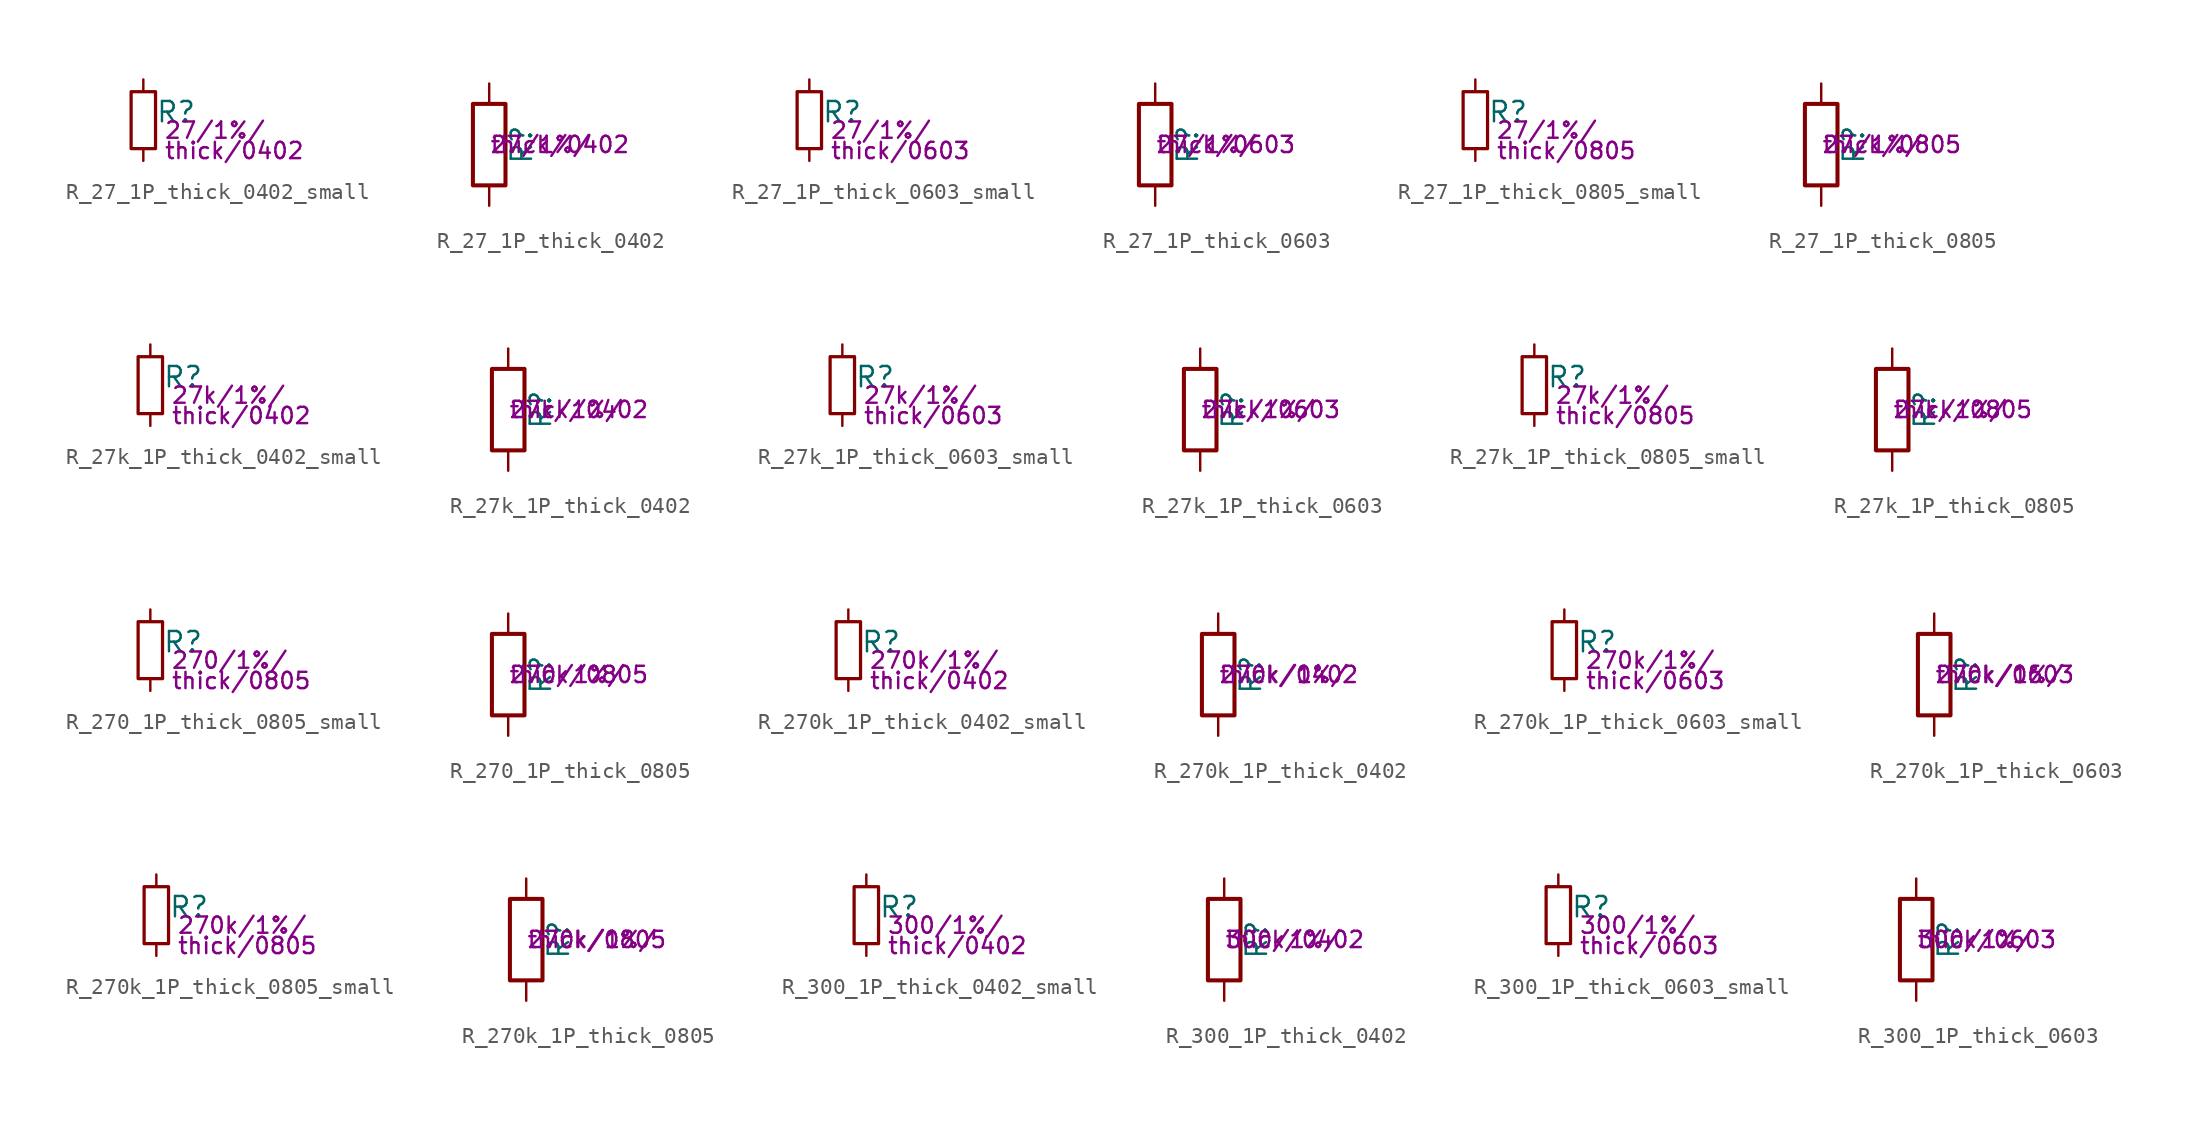
<source format=kicad_sym>
(kicad_symbol_lib
  (version 20211014)
  (generator kicad_symbol_editor)
  (symbol "R_27_1P_thick_0402_small"
    (pin_numbers hide)
    (pin_names
      (offset 0.254) hide)
    (property "Reference" "R"
      (at 0.762 0.508 0)
      (effects (font (size 1.27 1.27)) (justify left)))
    (property "Params" "27/1%/"
      (at 1.27 -0.635 0)
      (effects (font (size 1.016 1.016)) (justify left)))
    (property "Params2" "thick/0402"
      (at 1.27 -1.905 0)
      (effects (font (size 1.016 1.016)) (justify left)))
    (symbol "R_27_1P_thick_0402_small_0_1"
      (rectangle (start -0.762 1.778) (end 0.762 -1.778) (stroke (width 0.203) (type default) (color 0 0 0 0)) (fill (type none))))
    (symbol "R_27_1P_thick_0402_small_1_1"
      (pin passive line (at 0 2.54 270) (length 0.762) (name "~" (effects (font (size 1.27 1.27)))) (number "1" (effects (font (size 1.27 1.27)))))
      (pin passive line (at 0 -2.54 90) (length 0.762) (name "~" (effects (font (size 1.27 1.27)))) (number "2" (effects (font (size 1.27 1.27)))))))
  (symbol "R_27_1P_thick_0402"
    (pin_numbers hide)
    (pin_names
      (offset 0))
    (property "Reference" "R"
      (at 2.032 0 90)
      (effects (font (size 1.27 1.27))))
    (property "Params" "27/1%/"
      (at 0 0 0)
      (effects (font (size 1.016 1.016)) (justify left)))
    (property "Params2" "thick/0402"
      (at 0 0 0)
      (effects (font (size 1.016 1.016)) (justify left)))
    (symbol "R_27_1P_thick_0402_0_1"
      (rectangle (start -1.016 -2.54) (end 1.016 2.54) (stroke (width 0.254) (type default) (color 0 0 0 0)) (fill (type none))))
    (symbol "R_27_1P_thick_0402_1_1"
      (pin passive line (at 0 3.81 270) (length 1.27) (name "~" (effects (font (size 1.27 1.27)))) (number "1" (effects (font (size 1.27 1.27)))))
      (pin passive line (at 0 -3.81 90) (length 1.27) (name "~" (effects (font (size 1.27 1.27)))) (number "2" (effects (font (size 1.27 1.27)))))))
  (symbol "R_27_1P_thick_0603_small"
    (pin_numbers hide)
    (pin_names
      (offset 0.254) hide)
    (property "Reference" "R"
      (at 0.762 0.508 0)
      (effects (font (size 1.27 1.27)) (justify left)))
    (property "Params" "27/1%/"
      (at 1.27 -0.635 0)
      (effects (font (size 1.016 1.016)) (justify left)))
    (property "Params2" "thick/0603"
      (at 1.27 -1.905 0)
      (effects (font (size 1.016 1.016)) (justify left)))
    (symbol "R_27_1P_thick_0603_small_0_1"
      (rectangle (start -0.762 1.778) (end 0.762 -1.778) (stroke (width 0.203) (type default) (color 0 0 0 0)) (fill (type none))))
    (symbol "R_27_1P_thick_0603_small_1_1"
      (pin passive line (at 0 2.54 270) (length 0.762) (name "~" (effects (font (size 1.27 1.27)))) (number "1" (effects (font (size 1.27 1.27)))))
      (pin passive line (at 0 -2.54 90) (length 0.762) (name "~" (effects (font (size 1.27 1.27)))) (number "2" (effects (font (size 1.27 1.27)))))))
  (symbol "R_27_1P_thick_0603"
    (pin_numbers hide)
    (pin_names
      (offset 0))
    (property "Reference" "R"
      (at 2.032 0 90)
      (effects (font (size 1.27 1.27))))
    (property "Params" "27/1%/"
      (at 0 0 0)
      (effects (font (size 1.016 1.016)) (justify left)))
    (property "Params2" "thick/0603"
      (at 0 0 0)
      (effects (font (size 1.016 1.016)) (justify left)))
    (symbol "R_27_1P_thick_0603_0_1"
      (rectangle (start -1.016 -2.54) (end 1.016 2.54) (stroke (width 0.254) (type default) (color 0 0 0 0)) (fill (type none))))
    (symbol "R_27_1P_thick_0603_1_1"
      (pin passive line (at 0 3.81 270) (length 1.27) (name "~" (effects (font (size 1.27 1.27)))) (number "1" (effects (font (size 1.27 1.27)))))
      (pin passive line (at 0 -3.81 90) (length 1.27) (name "~" (effects (font (size 1.27 1.27)))) (number "2" (effects (font (size 1.27 1.27)))))))
  (symbol "R_27_1P_thick_0805_small"
    (pin_numbers hide)
    (pin_names
      (offset 0.254) hide)
    (property "Reference" "R"
      (at 0.762 0.508 0)
      (effects (font (size 1.27 1.27)) (justify left)))
    (property "Params" "27/1%/"
      (at 1.27 -0.635 0)
      (effects (font (size 1.016 1.016)) (justify left)))
    (property "Params2" "thick/0805"
      (at 1.27 -1.905 0)
      (effects (font (size 1.016 1.016)) (justify left)))
    (symbol "R_27_1P_thick_0805_small_0_1"
      (rectangle (start -0.762 1.778) (end 0.762 -1.778) (stroke (width 0.203) (type default) (color 0 0 0 0)) (fill (type none))))
    (symbol "R_27_1P_thick_0805_small_1_1"
      (pin passive line (at 0 2.54 270) (length 0.762) (name "~" (effects (font (size 1.27 1.27)))) (number "1" (effects (font (size 1.27 1.27)))))
      (pin passive line (at 0 -2.54 90) (length 0.762) (name "~" (effects (font (size 1.27 1.27)))) (number "2" (effects (font (size 1.27 1.27)))))))
  (symbol "R_27_1P_thick_0805"
    (pin_numbers hide)
    (pin_names
      (offset 0))
    (property "Reference" "R"
      (at 2.032 0 90)
      (effects (font (size 1.27 1.27))))
    (property "Params" "27/1%/"
      (at 0 0 0)
      (effects (font (size 1.016 1.016)) (justify left)))
    (property "Params2" "thick/0805"
      (at 0 0 0)
      (effects (font (size 1.016 1.016)) (justify left)))
    (symbol "R_27_1P_thick_0805_0_1"
      (rectangle (start -1.016 -2.54) (end 1.016 2.54) (stroke (width 0.254) (type default) (color 0 0 0 0)) (fill (type none))))
    (symbol "R_27_1P_thick_0805_1_1"
      (pin passive line (at 0 3.81 270) (length 1.27) (name "~" (effects (font (size 1.27 1.27)))) (number "1" (effects (font (size 1.27 1.27)))))
      (pin passive line (at 0 -3.81 90) (length 1.27) (name "~" (effects (font (size 1.27 1.27)))) (number "2" (effects (font (size 1.27 1.27)))))))
  (symbol "R_27k_1P_thick_0402_small"
    (pin_numbers hide)
    (pin_names
      (offset 0.254) hide)
    (property "Reference" "R"
      (at 0.762 0.508 0)
      (effects (font (size 1.27 1.27)) (justify left)))
    (property "Params" "27k/1%/"
      (at 1.27 -0.635 0)
      (effects (font (size 1.016 1.016)) (justify left)))
    (property "Params2" "thick/0402"
      (at 1.27 -1.905 0)
      (effects (font (size 1.016 1.016)) (justify left)))
    (symbol "R_27k_1P_thick_0402_small_0_1"
      (rectangle (start -0.762 1.778) (end 0.762 -1.778) (stroke (width 0.203) (type default) (color 0 0 0 0)) (fill (type none))))
    (symbol "R_27k_1P_thick_0402_small_1_1"
      (pin passive line (at 0 2.54 270) (length 0.762) (name "~" (effects (font (size 1.27 1.27)))) (number "1" (effects (font (size 1.27 1.27)))))
      (pin passive line (at 0 -2.54 90) (length 0.762) (name "~" (effects (font (size 1.27 1.27)))) (number "2" (effects (font (size 1.27 1.27)))))))
  (symbol "R_27k_1P_thick_0402"
    (pin_numbers hide)
    (pin_names
      (offset 0))
    (property "Reference" "R"
      (at 2.032 0 90)
      (effects (font (size 1.27 1.27))))
    (property "Params" "27k/1%/"
      (at 0 0 0)
      (effects (font (size 1.016 1.016)) (justify left)))
    (property "Params2" "thick/0402"
      (at 0 0 0)
      (effects (font (size 1.016 1.016)) (justify left)))
    (symbol "R_27k_1P_thick_0402_0_1"
      (rectangle (start -1.016 -2.54) (end 1.016 2.54) (stroke (width 0.254) (type default) (color 0 0 0 0)) (fill (type none))))
    (symbol "R_27k_1P_thick_0402_1_1"
      (pin passive line (at 0 3.81 270) (length 1.27) (name "~" (effects (font (size 1.27 1.27)))) (number "1" (effects (font (size 1.27 1.27)))))
      (pin passive line (at 0 -3.81 90) (length 1.27) (name "~" (effects (font (size 1.27 1.27)))) (number "2" (effects (font (size 1.27 1.27)))))))
  (symbol "R_27k_1P_thick_0603_small"
    (pin_numbers hide)
    (pin_names
      (offset 0.254) hide)
    (property "Reference" "R"
      (at 0.762 0.508 0)
      (effects (font (size 1.27 1.27)) (justify left)))
    (property "Params" "27k/1%/"
      (at 1.27 -0.635 0)
      (effects (font (size 1.016 1.016)) (justify left)))
    (property "Params2" "thick/0603"
      (at 1.27 -1.905 0)
      (effects (font (size 1.016 1.016)) (justify left)))
    (symbol "R_27k_1P_thick_0603_small_0_1"
      (rectangle (start -0.762 1.778) (end 0.762 -1.778) (stroke (width 0.203) (type default) (color 0 0 0 0)) (fill (type none))))
    (symbol "R_27k_1P_thick_0603_small_1_1"
      (pin passive line (at 0 2.54 270) (length 0.762) (name "~" (effects (font (size 1.27 1.27)))) (number "1" (effects (font (size 1.27 1.27)))))
      (pin passive line (at 0 -2.54 90) (length 0.762) (name "~" (effects (font (size 1.27 1.27)))) (number "2" (effects (font (size 1.27 1.27)))))))
  (symbol "R_27k_1P_thick_0603"
    (pin_numbers hide)
    (pin_names
      (offset 0))
    (property "Reference" "R"
      (at 2.032 0 90)
      (effects (font (size 1.27 1.27))))
    (property "Params" "27k/1%/"
      (at 0 0 0)
      (effects (font (size 1.016 1.016)) (justify left)))
    (property "Params2" "thick/0603"
      (at 0 0 0)
      (effects (font (size 1.016 1.016)) (justify left)))
    (symbol "R_27k_1P_thick_0603_0_1"
      (rectangle (start -1.016 -2.54) (end 1.016 2.54) (stroke (width 0.254) (type default) (color 0 0 0 0)) (fill (type none))))
    (symbol "R_27k_1P_thick_0603_1_1"
      (pin passive line (at 0 3.81 270) (length 1.27) (name "~" (effects (font (size 1.27 1.27)))) (number "1" (effects (font (size 1.27 1.27)))))
      (pin passive line (at 0 -3.81 90) (length 1.27) (name "~" (effects (font (size 1.27 1.27)))) (number "2" (effects (font (size 1.27 1.27)))))))
  (symbol "R_27k_1P_thick_0805_small"
    (pin_numbers hide)
    (pin_names
      (offset 0.254) hide)
    (property "Reference" "R"
      (at 0.762 0.508 0)
      (effects (font (size 1.27 1.27)) (justify left)))
    (property "Params" "27k/1%/"
      (at 1.27 -0.635 0)
      (effects (font (size 1.016 1.016)) (justify left)))
    (property "Params2" "thick/0805"
      (at 1.27 -1.905 0)
      (effects (font (size 1.016 1.016)) (justify left)))
    (symbol "R_27k_1P_thick_0805_small_0_1"
      (rectangle (start -0.762 1.778) (end 0.762 -1.778) (stroke (width 0.203) (type default) (color 0 0 0 0)) (fill (type none))))
    (symbol "R_27k_1P_thick_0805_small_1_1"
      (pin passive line (at 0 2.54 270) (length 0.762) (name "~" (effects (font (size 1.27 1.27)))) (number "1" (effects (font (size 1.27 1.27)))))
      (pin passive line (at 0 -2.54 90) (length 0.762) (name "~" (effects (font (size 1.27 1.27)))) (number "2" (effects (font (size 1.27 1.27)))))))
  (symbol "R_27k_1P_thick_0805"
    (pin_numbers hide)
    (pin_names
      (offset 0))
    (property "Reference" "R"
      (at 2.032 0 90)
      (effects (font (size 1.27 1.27))))
    (property "Params" "27k/1%/"
      (at 0 0 0)
      (effects (font (size 1.016 1.016)) (justify left)))
    (property "Params2" "thick/0805"
      (at 0 0 0)
      (effects (font (size 1.016 1.016)) (justify left)))
    (symbol "R_27k_1P_thick_0805_0_1"
      (rectangle (start -1.016 -2.54) (end 1.016 2.54) (stroke (width 0.254) (type default) (color 0 0 0 0)) (fill (type none))))
    (symbol "R_27k_1P_thick_0805_1_1"
      (pin passive line (at 0 3.81 270) (length 1.27) (name "~" (effects (font (size 1.27 1.27)))) (number "1" (effects (font (size 1.27 1.27)))))
      (pin passive line (at 0 -3.81 90) (length 1.27) (name "~" (effects (font (size 1.27 1.27)))) (number "2" (effects (font (size 1.27 1.27)))))))
  (symbol "R_270_1P_thick_0805_small"
    (pin_numbers hide)
    (pin_names
      (offset 0.254) hide)
    (property "Reference" "R"
      (at 0.762 0.508 0)
      (effects (font (size 1.27 1.27)) (justify left)))
    (property "Params" "270/1%/"
      (at 1.27 -0.635 0)
      (effects (font (size 1.016 1.016)) (justify left)))
    (property "Params2" "thick/0805"
      (at 1.27 -1.905 0)
      (effects (font (size 1.016 1.016)) (justify left)))
    (symbol "R_270_1P_thick_0805_small_0_1"
      (rectangle (start -0.762 1.778) (end 0.762 -1.778) (stroke (width 0.203) (type default) (color 0 0 0 0)) (fill (type none))))
    (symbol "R_270_1P_thick_0805_small_1_1"
      (pin passive line (at 0 2.54 270) (length 0.762) (name "~" (effects (font (size 1.27 1.27)))) (number "1" (effects (font (size 1.27 1.27)))))
      (pin passive line (at 0 -2.54 90) (length 0.762) (name "~" (effects (font (size 1.27 1.27)))) (number "2" (effects (font (size 1.27 1.27)))))))
  (symbol "R_270_1P_thick_0805"
    (pin_numbers hide)
    (pin_names
      (offset 0))
    (property "Reference" "R"
      (at 2.032 0 90)
      (effects (font (size 1.27 1.27))))
    (property "Params" "270/1%/"
      (at 0 0 0)
      (effects (font (size 1.016 1.016)) (justify left)))
    (property "Params2" "thick/0805"
      (at 0 0 0)
      (effects (font (size 1.016 1.016)) (justify left)))
    (symbol "R_270_1P_thick_0805_0_1"
      (rectangle (start -1.016 -2.54) (end 1.016 2.54) (stroke (width 0.254) (type default) (color 0 0 0 0)) (fill (type none))))
    (symbol "R_270_1P_thick_0805_1_1"
      (pin passive line (at 0 3.81 270) (length 1.27) (name "~" (effects (font (size 1.27 1.27)))) (number "1" (effects (font (size 1.27 1.27)))))
      (pin passive line (at 0 -3.81 90) (length 1.27) (name "~" (effects (font (size 1.27 1.27)))) (number "2" (effects (font (size 1.27 1.27)))))))
  (symbol "R_270k_1P_thick_0402_small"
    (pin_numbers hide)
    (pin_names
      (offset 0.254) hide)
    (property "Reference" "R"
      (at 0.762 0.508 0)
      (effects (font (size 1.27 1.27)) (justify left)))
    (property "Params" "270k/1%/"
      (at 1.27 -0.635 0)
      (effects (font (size 1.016 1.016)) (justify left)))
    (property "Params2" "thick/0402"
      (at 1.27 -1.905 0)
      (effects (font (size 1.016 1.016)) (justify left)))
    (symbol "R_270k_1P_thick_0402_small_0_1"
      (rectangle (start -0.762 1.778) (end 0.762 -1.778) (stroke (width 0.203) (type default) (color 0 0 0 0)) (fill (type none))))
    (symbol "R_270k_1P_thick_0402_small_1_1"
      (pin passive line (at 0 2.54 270) (length 0.762) (name "~" (effects (font (size 1.27 1.27)))) (number "1" (effects (font (size 1.27 1.27)))))
      (pin passive line (at 0 -2.54 90) (length 0.762) (name "~" (effects (font (size 1.27 1.27)))) (number "2" (effects (font (size 1.27 1.27)))))))
  (symbol "R_270k_1P_thick_0402"
    (pin_numbers hide)
    (pin_names
      (offset 0))
    (property "Reference" "R"
      (at 2.032 0 90)
      (effects (font (size 1.27 1.27))))
    (property "Params" "270k/1%/"
      (at 0 0 0)
      (effects (font (size 1.016 1.016)) (justify left)))
    (property "Params2" "thick/0402"
      (at 0 0 0)
      (effects (font (size 1.016 1.016)) (justify left)))
    (symbol "R_270k_1P_thick_0402_0_1"
      (rectangle (start -1.016 -2.54) (end 1.016 2.54) (stroke (width 0.254) (type default) (color 0 0 0 0)) (fill (type none))))
    (symbol "R_270k_1P_thick_0402_1_1"
      (pin passive line (at 0 3.81 270) (length 1.27) (name "~" (effects (font (size 1.27 1.27)))) (number "1" (effects (font (size 1.27 1.27)))))
      (pin passive line (at 0 -3.81 90) (length 1.27) (name "~" (effects (font (size 1.27 1.27)))) (number "2" (effects (font (size 1.27 1.27)))))))
  (symbol "R_270k_1P_thick_0603_small"
    (pin_numbers hide)
    (pin_names
      (offset 0.254) hide)
    (property "Reference" "R"
      (at 0.762 0.508 0)
      (effects (font (size 1.27 1.27)) (justify left)))
    (property "Params" "270k/1%/"
      (at 1.27 -0.635 0)
      (effects (font (size 1.016 1.016)) (justify left)))
    (property "Params2" "thick/0603"
      (at 1.27 -1.905 0)
      (effects (font (size 1.016 1.016)) (justify left)))
    (symbol "R_270k_1P_thick_0603_small_0_1"
      (rectangle (start -0.762 1.778) (end 0.762 -1.778) (stroke (width 0.203) (type default) (color 0 0 0 0)) (fill (type none))))
    (symbol "R_270k_1P_thick_0603_small_1_1"
      (pin passive line (at 0 2.54 270) (length 0.762) (name "~" (effects (font (size 1.27 1.27)))) (number "1" (effects (font (size 1.27 1.27)))))
      (pin passive line (at 0 -2.54 90) (length 0.762) (name "~" (effects (font (size 1.27 1.27)))) (number "2" (effects (font (size 1.27 1.27)))))))
  (symbol "R_270k_1P_thick_0603"
    (pin_numbers hide)
    (pin_names
      (offset 0))
    (property "Reference" "R"
      (at 2.032 0 90)
      (effects (font (size 1.27 1.27))))
    (property "Params" "270k/1%/"
      (at 0 0 0)
      (effects (font (size 1.016 1.016)) (justify left)))
    (property "Params2" "thick/0603"
      (at 0 0 0)
      (effects (font (size 1.016 1.016)) (justify left)))
    (symbol "R_270k_1P_thick_0603_0_1"
      (rectangle (start -1.016 -2.54) (end 1.016 2.54) (stroke (width 0.254) (type default) (color 0 0 0 0)) (fill (type none))))
    (symbol "R_270k_1P_thick_0603_1_1"
      (pin passive line (at 0 3.81 270) (length 1.27) (name "~" (effects (font (size 1.27 1.27)))) (number "1" (effects (font (size 1.27 1.27)))))
      (pin passive line (at 0 -3.81 90) (length 1.27) (name "~" (effects (font (size 1.27 1.27)))) (number "2" (effects (font (size 1.27 1.27)))))))
  (symbol "R_270k_1P_thick_0805_small"
    (pin_numbers hide)
    (pin_names
      (offset 0.254) hide)
    (property "Reference" "R"
      (at 0.762 0.508 0)
      (effects (font (size 1.27 1.27)) (justify left)))
    (property "Params" "270k/1%/"
      (at 1.27 -0.635 0)
      (effects (font (size 1.016 1.016)) (justify left)))
    (property "Params2" "thick/0805"
      (at 1.27 -1.905 0)
      (effects (font (size 1.016 1.016)) (justify left)))
    (symbol "R_270k_1P_thick_0805_small_0_1"
      (rectangle (start -0.762 1.778) (end 0.762 -1.778) (stroke (width 0.203) (type default) (color 0 0 0 0)) (fill (type none))))
    (symbol "R_270k_1P_thick_0805_small_1_1"
      (pin passive line (at 0 2.54 270) (length 0.762) (name "~" (effects (font (size 1.27 1.27)))) (number "1" (effects (font (size 1.27 1.27)))))
      (pin passive line (at 0 -2.54 90) (length 0.762) (name "~" (effects (font (size 1.27 1.27)))) (number "2" (effects (font (size 1.27 1.27)))))))
  (symbol "R_270k_1P_thick_0805"
    (pin_numbers hide)
    (pin_names
      (offset 0))
    (property "Reference" "R"
      (at 2.032 0 90)
      (effects (font (size 1.27 1.27))))
    (property "Params" "270k/1%/"
      (at 0 0 0)
      (effects (font (size 1.016 1.016)) (justify left)))
    (property "Params2" "thick/0805"
      (at 0 0 0)
      (effects (font (size 1.016 1.016)) (justify left)))
    (symbol "R_270k_1P_thick_0805_0_1"
      (rectangle (start -1.016 -2.54) (end 1.016 2.54) (stroke (width 0.254) (type default) (color 0 0 0 0)) (fill (type none))))
    (symbol "R_270k_1P_thick_0805_1_1"
      (pin passive line (at 0 3.81 270) (length 1.27) (name "~" (effects (font (size 1.27 1.27)))) (number "1" (effects (font (size 1.27 1.27)))))
      (pin passive line (at 0 -3.81 90) (length 1.27) (name "~" (effects (font (size 1.27 1.27)))) (number "2" (effects (font (size 1.27 1.27)))))))
  (symbol "R_300_1P_thick_0402_small"
    (pin_numbers hide)
    (pin_names
      (offset 0.254) hide)
    (property "Reference" "R"
      (at 0.762 0.508 0)
      (effects (font (size 1.27 1.27)) (justify left)))
    (property "Params" "300/1%/"
      (at 1.27 -0.635 0)
      (effects (font (size 1.016 1.016)) (justify left)))
    (property "Params2" "thick/0402"
      (at 1.27 -1.905 0)
      (effects (font (size 1.016 1.016)) (justify left)))
    (symbol "R_300_1P_thick_0402_small_0_1"
      (rectangle (start -0.762 1.778) (end 0.762 -1.778) (stroke (width 0.203) (type default) (color 0 0 0 0)) (fill (type none))))
    (symbol "R_300_1P_thick_0402_small_1_1"
      (pin passive line (at 0 2.54 270) (length 0.762) (name "~" (effects (font (size 1.27 1.27)))) (number "1" (effects (font (size 1.27 1.27)))))
      (pin passive line (at 0 -2.54 90) (length 0.762) (name "~" (effects (font (size 1.27 1.27)))) (number "2" (effects (font (size 1.27 1.27)))))))
  (symbol "R_300_1P_thick_0402"
    (pin_numbers hide)
    (pin_names
      (offset 0))
    (property "Reference" "R"
      (at 2.032 0 90)
      (effects (font (size 1.27 1.27))))
    (property "Params" "300/1%/"
      (at 0 0 0)
      (effects (font (size 1.016 1.016)) (justify left)))
    (property "Params2" "thick/0402"
      (at 0 0 0)
      (effects (font (size 1.016 1.016)) (justify left)))
    (symbol "R_300_1P_thick_0402_0_1"
      (rectangle (start -1.016 -2.54) (end 1.016 2.54) (stroke (width 0.254) (type default) (color 0 0 0 0)) (fill (type none))))
    (symbol "R_300_1P_thick_0402_1_1"
      (pin passive line (at 0 3.81 270) (length 1.27) (name "~" (effects (font (size 1.27 1.27)))) (number "1" (effects (font (size 1.27 1.27)))))
      (pin passive line (at 0 -3.81 90) (length 1.27) (name "~" (effects (font (size 1.27 1.27)))) (number "2" (effects (font (size 1.27 1.27)))))))
  (symbol "R_300_1P_thick_0603_small"
    (pin_numbers hide)
    (pin_names
      (offset 0.254) hide)
    (property "Reference" "R"
      (at 0.762 0.508 0)
      (effects (font (size 1.27 1.27)) (justify left)))
    (property "Params" "300/1%/"
      (at 1.27 -0.635 0)
      (effects (font (size 1.016 1.016)) (justify left)))
    (property "Params2" "thick/0603"
      (at 1.27 -1.905 0)
      (effects (font (size 1.016 1.016)) (justify left)))
    (symbol "R_300_1P_thick_0603_small_0_1"
      (rectangle (start -0.762 1.778) (end 0.762 -1.778) (stroke (width 0.203) (type default) (color 0 0 0 0)) (fill (type none))))
    (symbol "R_300_1P_thick_0603_small_1_1"
      (pin passive line (at 0 2.54 270) (length 0.762) (name "~" (effects (font (size 1.27 1.27)))) (number "1" (effects (font (size 1.27 1.27)))))
      (pin passive line (at 0 -2.54 90) (length 0.762) (name "~" (effects (font (size 1.27 1.27)))) (number "2" (effects (font (size 1.27 1.27)))))))
  (symbol "R_300_1P_thick_0603"
    (pin_numbers hide)
    (pin_names
      (offset 0))
    (property "Reference" "R"
      (at 2.032 0 90)
      (effects (font (size 1.27 1.27))))
    (property "Params" "300/1%/"
      (at 0 0 0)
      (effects (font (size 1.016 1.016)) (justify left)))
    (property "Params2" "thick/0603"
      (at 0 0 0)
      (effects (font (size 1.016 1.016)) (justify left)))
    (symbol "R_300_1P_thick_0603_0_1"
      (rectangle (start -1.016 -2.54) (end 1.016 2.54) (stroke (width 0.254) (type default) (color 0 0 0 0)) (fill (type none))))
    (symbol "R_300_1P_thick_0603_1_1"
      (pin passive line (at 0 3.81 270) (length 1.27) (name "~" (effects (font (size 1.27 1.27)))) (number "1" (effects (font (size 1.27 1.27)))))
      (pin passive line (at 0 -3.81 90) (length 1.27) (name "~" (effects (font (size 1.27 1.27)))) (number "2" (effects (font (size 1.27 1.27))))))))
</source>
